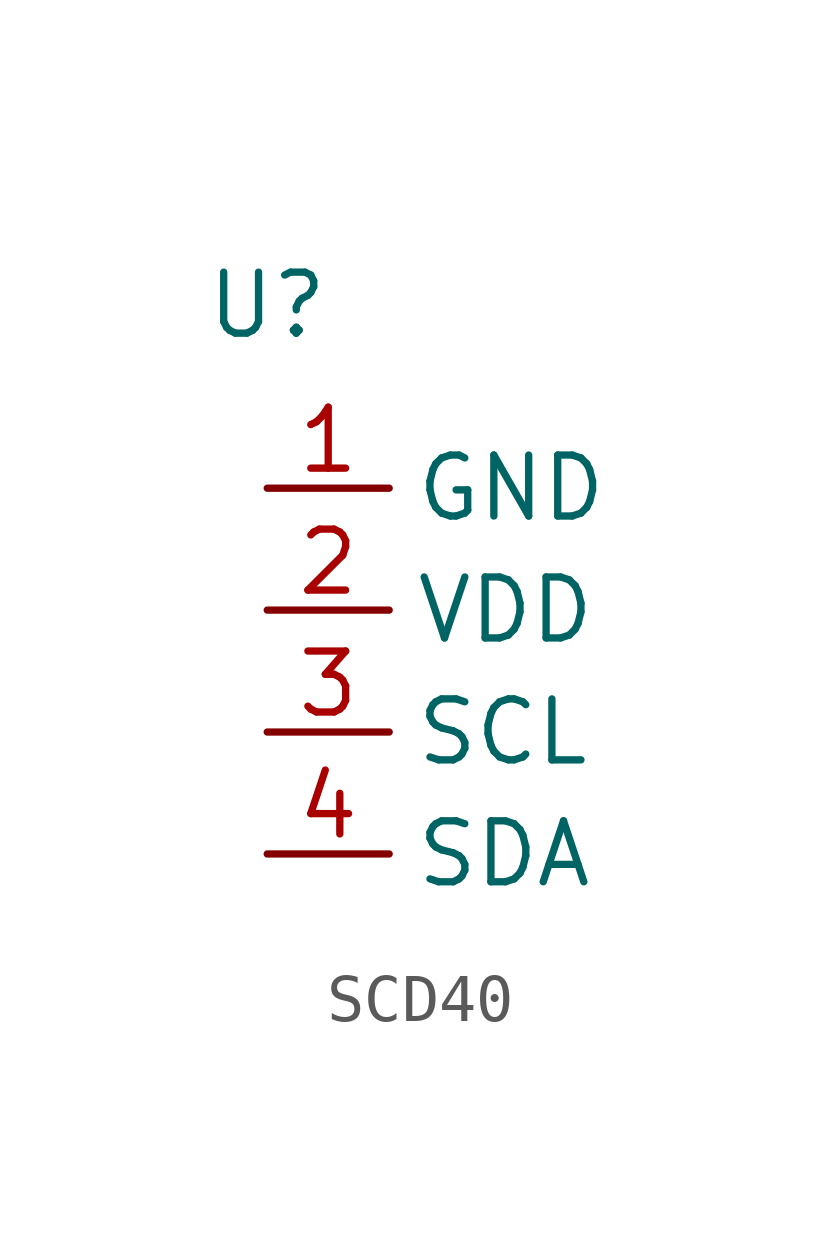
<source format=kicad_sym>
(kicad_symbol_lib
  (version 20241209)
  (generator "kicad_symbol_editor")
  (generator_version "9.0")
  (symbol "SCD40"
    (property "Reference" "U"
      (at 0 0 0)
      (effects (font (size 1.27 1.27))))
    (property "Value" ""
      (at 0 0 0)
      (effects (font (size 1.27 1.27))))
    (symbol "SCD40_1_1"
      (pin input line (at 0 -3.81 0) (length 2.54) (name "GND" (effects (font (size 1.27 1.27)))) (number "1" (effects (font (size 1.27 1.27)))))
      (pin input line (at 0 -6.35 0) (length 2.54) (name "VDD" (effects (font (size 1.27 1.27)))) (number "2" (effects (font (size 1.27 1.27)))))
      (pin input line (at 0 -8.89 0) (length 2.54) (name "SCL" (effects (font (size 1.27 1.27)))) (number "3" (effects (font (size 1.27 1.27)))))
      (pin input line (at 0 -11.43 0) (length 2.54) (name "SDA" (effects (font (size 1.27 1.27)))) (number "4" (effects (font (size 1.27 1.27))))))))
</source>
